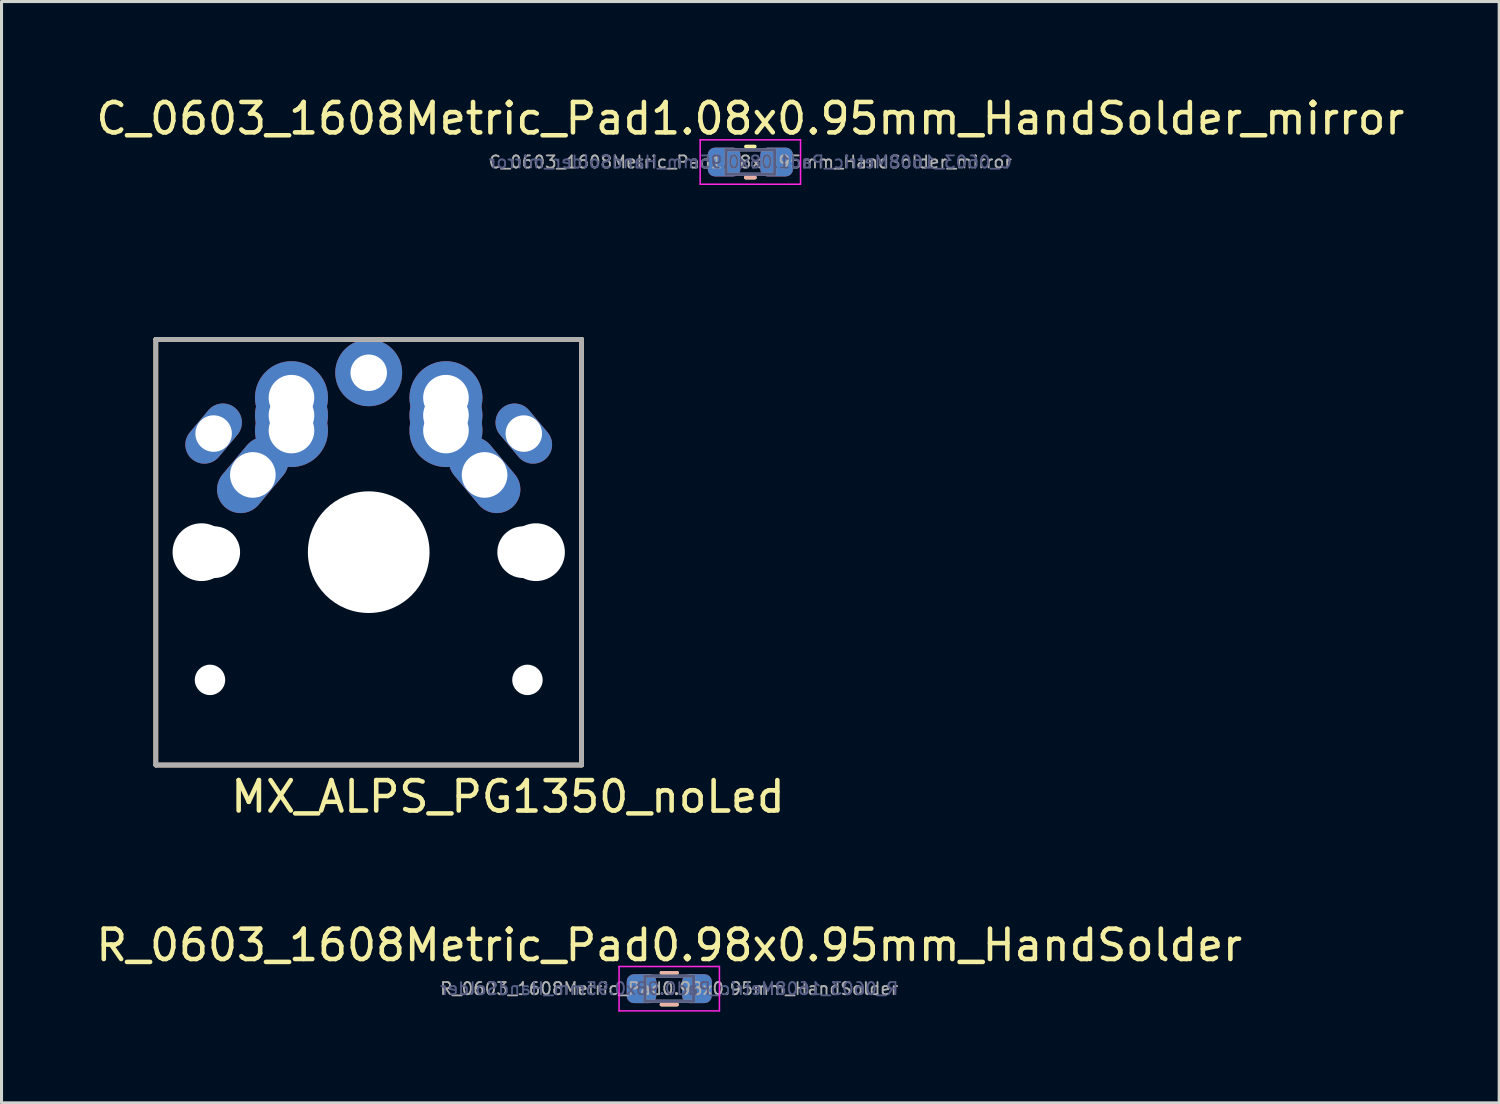
<source format=kicad_pcb>
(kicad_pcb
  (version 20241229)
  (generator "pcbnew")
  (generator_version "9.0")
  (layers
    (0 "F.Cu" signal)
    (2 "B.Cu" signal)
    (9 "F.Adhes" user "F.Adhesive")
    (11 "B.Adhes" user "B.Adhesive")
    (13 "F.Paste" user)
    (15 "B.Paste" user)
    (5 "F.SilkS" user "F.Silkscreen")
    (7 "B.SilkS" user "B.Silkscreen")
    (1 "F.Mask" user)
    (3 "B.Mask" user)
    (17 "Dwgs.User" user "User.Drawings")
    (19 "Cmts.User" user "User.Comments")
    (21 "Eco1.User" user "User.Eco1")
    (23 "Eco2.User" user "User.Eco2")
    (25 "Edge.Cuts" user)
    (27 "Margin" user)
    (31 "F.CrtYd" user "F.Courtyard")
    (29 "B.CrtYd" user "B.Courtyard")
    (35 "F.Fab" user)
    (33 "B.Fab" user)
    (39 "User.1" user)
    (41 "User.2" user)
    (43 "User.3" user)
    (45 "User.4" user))
  (footprint "C_0603_1608Metric_Pad1.08x0.95mm_HandSolder_mirror"
    (layer "F.Cu")
    (at 21.625 2.278)
    (property "Reference" "C_0603_1608Metric_Pad1.08x0.95mm_HandSolder_mirror" (at 0 -1.43 0) (layer "F.SilkS") (effects (font (size 1 1) (thickness 0.15))))
    (attr smd)
    (fp_line (start -0.146 -0.51) (end 0.146 -0.51) (stroke (width 0.12) (type solid)) (layer "F.SilkS"))
    (fp_line (start -0.146 0.51) (end 0.146 0.51) (stroke (width 0.12) (type solid)) (layer "F.SilkS"))
    (fp_line (start -0.146 0.51) (end 0.146 0.51) (stroke (width 0.12) (type solid)) (layer "B.SilkS"))
    (fp_line (start -0.146 0.51) (end 0.146 0.51) (stroke (width 0.12) (type solid)) (layer "B.SilkS"))
    (fp_line (start -1.65 -0.73) (end 1.65 -0.73) (stroke (width 0.05) (type solid)) (layer "F.CrtYd"))
    (fp_line (start -1.65 0.73) (end -1.65 -0.73) (stroke (width 0.05) (type solid)) (layer "F.CrtYd"))
    (fp_line (start 1.65 -0.73) (end 1.65 0.73) (stroke (width 0.05) (type solid)) (layer "F.CrtYd"))
    (fp_line (start 1.65 0.73) (end -1.65 0.73) (stroke (width 0.05) (type solid)) (layer "F.CrtYd"))
    (fp_line (start -0.8 -0.4) (end -0.8 0.4) (stroke (width 0.1) (type solid)) (layer "B.Fab"))
    (fp_line (start -0.8 0.4) (end 0.8 0.4) (stroke (width 0.1) (type solid)) (layer "B.Fab"))
    (fp_line (start 0.8 -0.4) (end -0.8 -0.4) (stroke (width 0.1) (type solid)) (layer "B.Fab"))
    (fp_line (start 0.8 0.4) (end 0.8 -0.4) (stroke (width 0.1) (type solid)) (layer "B.Fab"))
    (fp_line (start -0.8 -0.4) (end 0.8 -0.4) (stroke (width 0.1) (type solid)) (layer "F.Fab"))
    (fp_line (start -0.8 0.4) (end -0.8 -0.4) (stroke (width 0.1) (type solid)) (layer "F.Fab"))
    (fp_line (start 0.8 -0.4) (end 0.8 0.4) (stroke (width 0.1) (type solid)) (layer "F.Fab"))
    (fp_line (start 0.8 0.4) (end -0.8 0.4) (stroke (width 0.1) (type solid)) (layer "F.Fab"))
    (fp_text user "${REFERENCE}" (at 0 0 0) (layer "B.Fab") (effects (font (size 0.4 0.4) (thickness 0.06)) (justify mirror)))
    (fp_text user "${REFERENCE}" (at 0 0 0) (layer "F.Fab") (effects (font (size 0.4 0.4) (thickness 0.06))))
    (pad "1" smd roundrect (at -0.863 0) (size 1.075 0.95) (layers "F.Cu" "F.Mask" "F.Paste") (roundrect_rratio 0.25))
    (pad "1" smd roundrect (at -0.863 0) (size 1.075 0.95) (layers "B.Cu" "B.Mask" "B.Paste") (roundrect_rratio 0.25))
    (pad "2" smd roundrect (at 0.863 0) (size 1.075 0.95) (layers "F.Cu" "F.Mask" "F.Paste") (roundrect_rratio 0.25))
    (pad "2" smd roundrect (at 0.863 0) (size 1.075 0.95) (layers "B.Cu" "B.Mask" "B.Paste") (roundrect_rratio 0.25)))
  (footprint "MX_ALPS_PG1350_noLed"
    (layer "F.Cu")
    (at 9.075 15.108)
    (property "Reference" "MX_ALPS_PG1350_noLed" (at 4.58 8.04 0) (layer "F.SilkS") (effects (font (size 1 1) (thickness 0.15))))
    (attr through_hole)
    (fp_line (start -7 -7) (end -7 7) (stroke (width 0.15) (type solid)) (layer "F.SilkS"))
    (fp_line (start -7 7) (end 7 7) (stroke (width 0.15) (type solid)) (layer "F.SilkS"))
    (fp_line (start 7 -7) (end -7 -7) (stroke (width 0.15) (type solid)) (layer "F.SilkS"))
    (fp_line (start 7 7) (end 7 -7) (stroke (width 0.15) (type solid)) (layer "F.SilkS"))
    (fp_line (start -7 -7) (end 7 -7) (stroke (width 0.15) (type solid)) (layer "B.SilkS"))
    (fp_line (start -7 7) (end -7 -7) (stroke (width 0.15) (type solid)) (layer "B.SilkS"))
    (fp_line (start 7 -7) (end 7 7) (stroke (width 0.15) (type solid)) (layer "B.SilkS"))
    (fp_line (start 7 7) (end -7 7) (stroke (width 0.15) (type solid)) (layer "B.SilkS"))
    (fp_line (start -9 -9) (end 9 -9) (stroke (width 0.15) (type solid)) (layer "Eco2.User"))
    (fp_line (start -9 9) (end -9 -9) (stroke (width 0.15) (type solid)) (layer "Eco2.User"))
    (fp_line (start -7 -7) (end 7 -7) (stroke (width 0.15) (type solid)) (layer "Eco2.User"))
    (fp_line (start -7 7) (end -7 -7) (stroke (width 0.15) (type solid)) (layer "Eco2.User"))
    (fp_line (start 7 -7) (end 7 7) (stroke (width 0.15) (type solid)) (layer "Eco2.User"))
    (fp_line (start 7 7) (end -7 7) (stroke (width 0.15) (type solid)) (layer "Eco2.User"))
    (fp_line (start 9 -9) (end 9 9) (stroke (width 0.15) (type solid)) (layer "Eco2.User"))
    (fp_line (start 9 9) (end -9 9) (stroke (width 0.15) (type solid)) (layer "Eco2.User"))
    (fp_line (start -7 -7) (end -7 7) (stroke (width 0.15) (type solid)) (layer "F.Fab"))
    (fp_line (start -7 7) (end 7 7) (stroke (width 0.15) (type solid)) (layer "F.Fab"))
    (fp_line (start 7 -7) (end -7 -7) (stroke (width 0.15) (type solid)) (layer "F.Fab"))
    (fp_line (start 7 7) (end 7 -7) (stroke (width 0.15) (type solid)) (layer "F.Fab"))
    (pad "" np_thru_hole circle (at -5.5 0 90) (size 1.9 1.9) (drill 1.9) (layers "*.Cu" "*.Mask"))
    (pad "" np_thru_hole circle (at -5.22 4.2) (size 1 1) (drill 1) (layers "*.Cu" "*.Mask"))
    (pad "" np_thru_hole circle (at -5.08 0) (size 1.7 1.7) (drill 1.7) (layers "*.Cu" "*.Mask"))
    (pad "" np_thru_hole circle (at 0 0 90) (size 4 4) (drill 4) (layers "*.Cu" "*.Mask"))
    (pad "" np_thru_hole circle (at 5.08 0) (size 1.7 1.7) (drill 1.7) (layers "*.Cu" "*.Mask"))
    (pad "" np_thru_hole circle (at 5.22 4.2) (size 1 1) (drill 1) (layers "*.Cu" "*.Mask"))
    (pad "" np_thru_hole circle (at 5.5 0 90) (size 1.9 1.9) (drill 1.9) (layers "*.Cu" "*.Mask"))
    (pad "1" thru_hole oval (at -5.1 -3.9 50) (size 2.2 1.25) (drill 1.2) (layers "*.Cu" "*.Mask"))
    (pad "1" thru_hole oval (at -3.81 -2.54 50) (size 2.8 1.55) (drill 1.5) (layers "*.Cu" "*.Mask"))
    (pad "1" thru_hole circle (at -2.54 -5.08) (size 2.4 2.4) (drill 1.5) (layers "*.Cu" "*.Mask"))
    (pad "1" thru_hole circle (at -2.54 -4.5) (size 2.4 2.4) (drill 1.5) (layers "*.Cu" "*.Mask"))
    (pad "1" thru_hole circle (at -2.54 -4) (size 2.4 2.4) (drill 1.5) (layers "*.Cu" "*.Mask"))
    (pad "1" thru_hole oval (at 5.1 -3.9 310) (size 2.2 1.25) (drill 1.2) (layers "*.Cu" "*.Mask"))
    (pad "2" thru_hole circle (at 0 -5.9 90) (size 2.2 2.2) (drill 1.2) (layers "*.Cu" "*.Mask"))
    (pad "2" thru_hole circle (at 2.54 -5.08) (size 2.4 2.4) (drill 1.5) (layers "*.Cu" "*.Mask"))
    (pad "2" thru_hole circle (at 2.54 -4.5) (size 2.4 2.4) (drill 1.5) (layers "*.Cu" "*.Mask"))
    (pad "2" thru_hole circle (at 2.54 -4) (size 2.4 2.4) (drill 1.5) (layers "*.Cu" "*.Mask"))
    (pad "2" thru_hole oval (at 3.81 -2.54 310) (size 2.8 1.55) (drill 1.5) (layers "*.Cu" "*.Mask")))
  (footprint "R_0603_1608Metric_Pad0.98x0.95mm_HandSolder"
    (layer "F.Cu")
    (at 18.958 29.462)
    (property "Reference" "R_0603_1608Metric_Pad0.98x0.95mm_HandSolder" (at 0 -1.43 0) (layer "F.SilkS") (effects (font (size 1 1) (thickness 0.15))))
    (attr smd)
    (fp_line (start -0.255 -0.522) (end 0.255 -0.522) (stroke (width 0.12) (type solid)) (layer "F.SilkS"))
    (fp_line (start -0.255 0.522) (end 0.255 0.522) (stroke (width 0.12) (type solid)) (layer "F.SilkS"))
    (fp_line (start -0.255 -0.522) (end 0.255 -0.522) (stroke (width 0.12) (type solid)) (layer "B.SilkS"))
    (fp_line (start -0.255 0.522) (end 0.255 0.522) (stroke (width 0.12) (type solid)) (layer "B.SilkS"))
    (fp_line (start -1.65 -0.73) (end 1.65 -0.73) (stroke (width 0.05) (type solid)) (layer "F.CrtYd"))
    (fp_line (start -1.65 0.73) (end -1.65 -0.73) (stroke (width 0.05) (type solid)) (layer "F.CrtYd"))
    (fp_line (start 1.65 -0.73) (end 1.65 0.73) (stroke (width 0.05) (type solid)) (layer "F.CrtYd"))
    (fp_line (start 1.65 0.73) (end -1.65 0.73) (stroke (width 0.05) (type solid)) (layer "F.CrtYd"))
    (fp_line (start -0.8 -0.412) (end -0.8 0.412) (stroke (width 0.1) (type solid)) (layer "B.Fab"))
    (fp_line (start -0.8 0.412) (end 0.8 0.412) (stroke (width 0.1) (type solid)) (layer "B.Fab"))
    (fp_line (start 0.8 -0.412) (end -0.8 -0.412) (stroke (width 0.1) (type solid)) (layer "B.Fab"))
    (fp_line (start 0.8 0.412) (end 0.8 -0.412) (stroke (width 0.1) (type solid)) (layer "B.Fab"))
    (fp_line (start -0.8 -0.412) (end 0.8 -0.412) (stroke (width 0.1) (type solid)) (layer "F.Fab"))
    (fp_line (start -0.8 0.412) (end -0.8 -0.412) (stroke (width 0.1) (type solid)) (layer "F.Fab"))
    (fp_line (start 0.8 -0.412) (end 0.8 0.412) (stroke (width 0.1) (type solid)) (layer "F.Fab"))
    (fp_line (start 0.8 0.412) (end -0.8 0.412) (stroke (width 0.1) (type solid)) (layer "F.Fab"))
    (fp_text user "${REFERENCE}" (at 0 0 0) (layer "B.Fab") (effects (font (size 0.4 0.4) (thickness 0.06)) (justify mirror)))
    (fp_text user "${REFERENCE}" (at 0 0 0) (layer "F.Fab") (effects (font (size 0.4 0.4) (thickness 0.06))))
    (pad "1" smd roundrect (at -0.912 0) (size 0.975 0.95) (layers "F.Cu" "F.Mask" "F.Paste") (roundrect_rratio 0.25))
    (pad "1" smd roundrect (at -0.912 0) (size 0.975 0.95) (layers "B.Cu" "B.Mask" "B.Paste") (roundrect_rratio 0.25))
    (pad "2" smd roundrect (at 0.912 0) (size 0.975 0.95) (layers "F.Cu" "F.Mask" "F.Paste") (roundrect_rratio 0.25))
    (pad "2" smd roundrect (at 0.912 0) (size 0.975 0.95) (layers "B.Cu" "B.Mask" "B.Paste") (roundrect_rratio 0.25)))
  (gr_rect
    (start -3 -3)
    (end 46.25 33.217)
    (stroke (width 0.1) (type default))
    (fill no)
    (layer "Edge.Cuts")))
</source>
